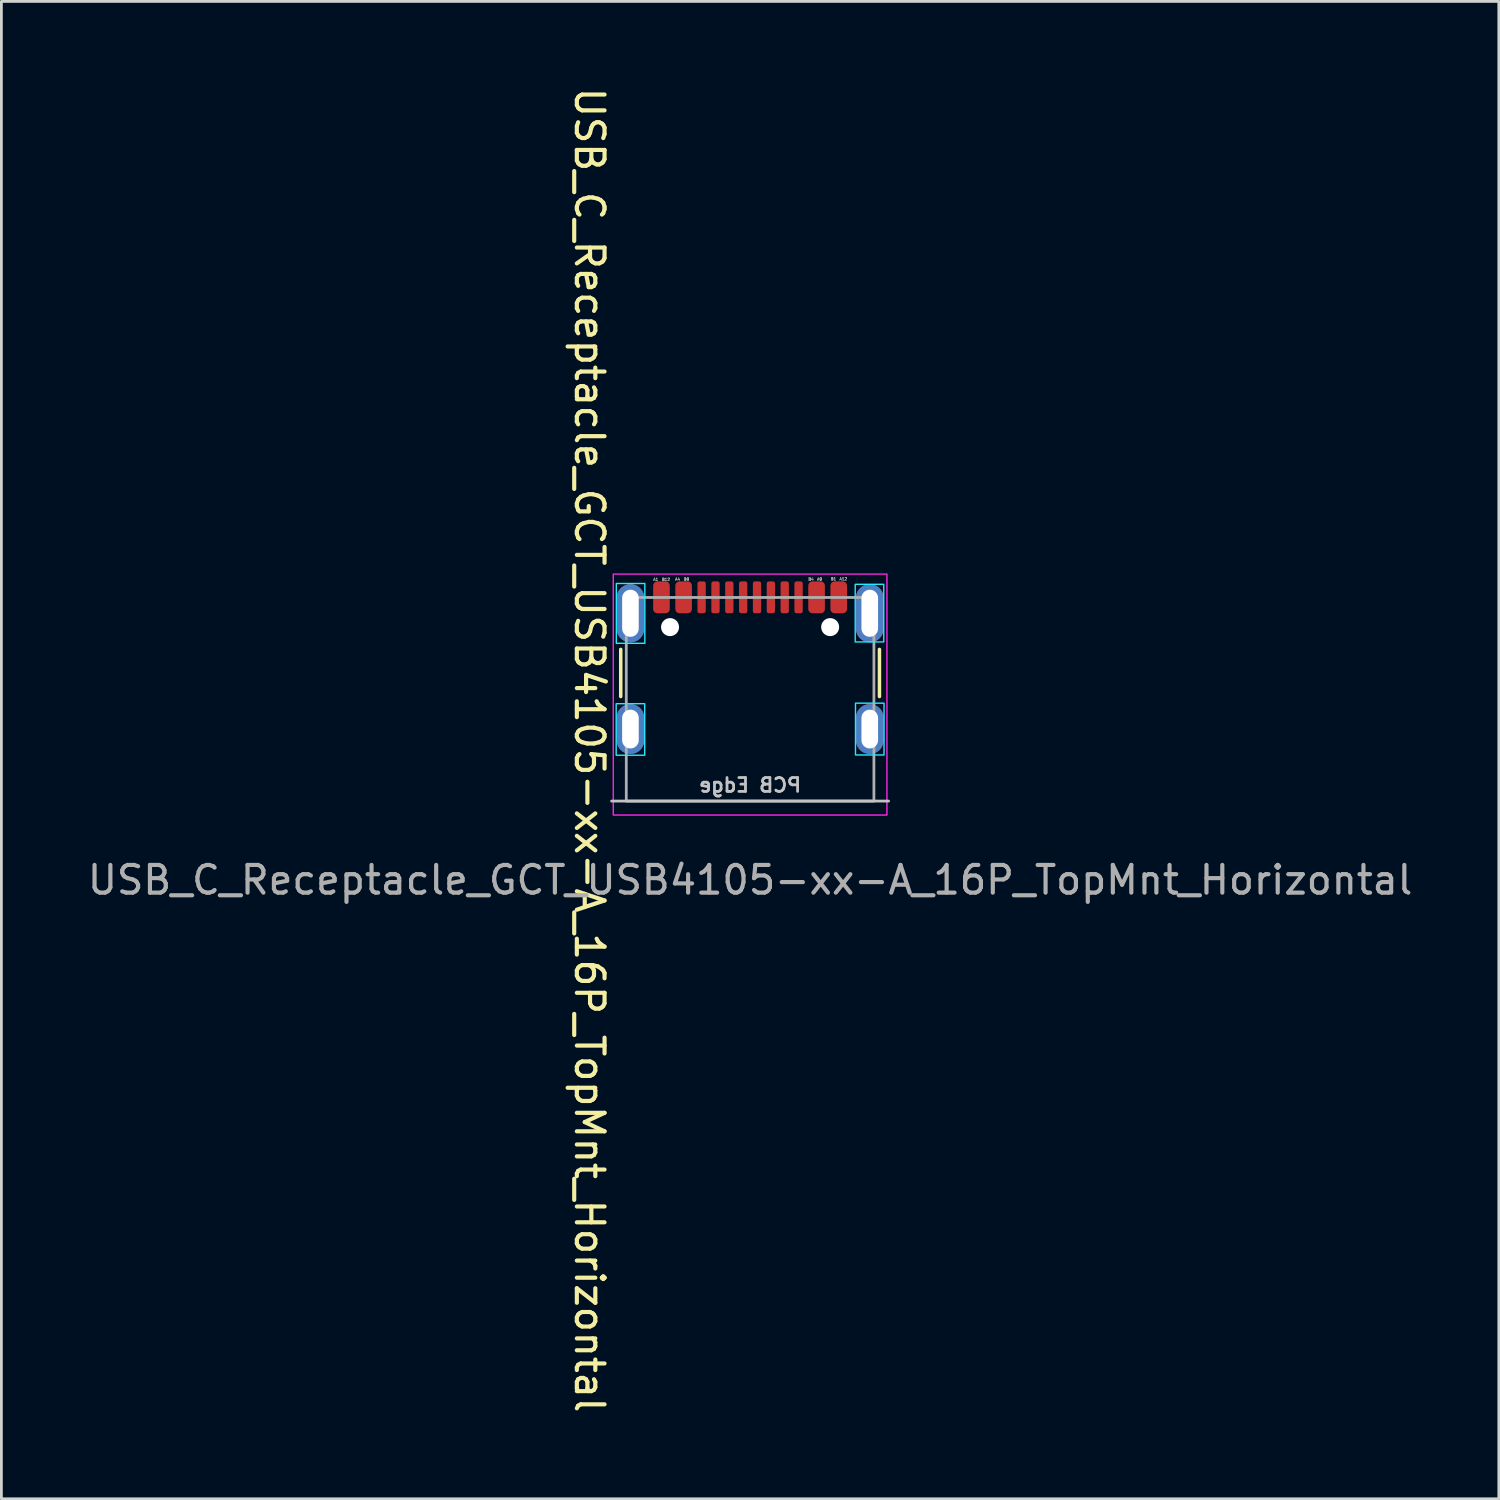
<source format=kicad_pcb>
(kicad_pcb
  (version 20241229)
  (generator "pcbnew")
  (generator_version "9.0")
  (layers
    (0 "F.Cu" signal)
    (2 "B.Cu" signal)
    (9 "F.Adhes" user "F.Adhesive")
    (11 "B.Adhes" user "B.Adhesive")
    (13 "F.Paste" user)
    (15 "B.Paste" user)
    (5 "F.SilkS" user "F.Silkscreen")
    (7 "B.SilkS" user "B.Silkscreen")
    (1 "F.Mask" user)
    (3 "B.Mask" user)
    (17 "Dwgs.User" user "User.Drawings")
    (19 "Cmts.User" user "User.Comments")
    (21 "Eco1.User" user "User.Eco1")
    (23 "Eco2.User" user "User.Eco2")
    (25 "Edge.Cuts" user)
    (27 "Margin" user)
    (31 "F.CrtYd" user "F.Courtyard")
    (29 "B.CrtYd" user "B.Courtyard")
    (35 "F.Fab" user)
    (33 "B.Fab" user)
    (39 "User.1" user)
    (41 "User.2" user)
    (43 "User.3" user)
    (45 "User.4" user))
  (footprint "USB_C_Receptacle_GCT_USB4105-xx-A_16P_TopMnt_Horizontal"
    (layer "F.Cu")
    (at 24.03 22.195)
    (property "Reference" "USB_C_Receptacle_GCT_USB4105-xx-A_16P_TopMnt_Horizontal" (at -5.8 1.835 270) (unlocked yes) (layer "F.SilkS") (effects (font (size 1 1) (thickness 0.15))))
    (fp_line (start -4.67 -1.8) (end -4.67 -0.1) (stroke (width 0.127) (type solid)) (layer "F.SilkS"))
    (fp_line (start 4.67 -1.8) (end 4.67 -0.1) (stroke (width 0.127) (type solid)) (layer "F.SilkS"))
    (fp_line (start -5 3.675) (end 5 3.675) (stroke (width 0.1) (type solid)) (layer "Dwgs.User"))
    (fp_rect (start -4.835 0.16) (end -3.805 2.02) (stroke (width 0.05) (type default)) (fill no) (layer "B.CrtYd"))
    (fp_rect (start -4.83 -4.18) (end -3.8 -2.02) (stroke (width 0.05) (type default)) (fill no) (layer "B.CrtYd"))
    (fp_rect (start 3.795 -4.15) (end 4.825 -2.07) (stroke (width 0.05) (type default)) (fill no) (layer "B.CrtYd"))
    (fp_rect (start 3.805 0.14) (end 4.835 2.01) (stroke (width 0.05) (type default)) (fill no) (layer "B.CrtYd"))
    (fp_rect (start 4.94 4.18) (end -4.94 -4.52) (stroke (width 0.05) (type solid)) (fill no) (layer "F.CrtYd"))
    (fp_rect (start 4.47 3.675) (end -4.47 -3.675) (stroke (width 0.1) (type solid)) (fill no) (layer "F.Fab"))
    (fp_text user "PCB Edge" (at 0 3.1 0) (unlocked yes) (layer "Dwgs.User") (effects (font (size 0.5 0.5) (thickness 0.1)) (justify mirror)))
    (fp_text user "B1" (at 2.896 -4.287 0) (unlocked yes) (layer "F.Fab") (effects (font (size 0.1 0.1) (thickness 0.025)) (justify left bottom)))
    (fp_text user "B9" (at -2.411 -4.273 0) (unlocked yes) (layer "F.Fab") (effects (font (size 0.1 0.1) (thickness 0.025)) (justify left bottom)))
    (fp_text user "A4" (at -2.725 -4.275 0) (unlocked yes) (layer "F.Fab") (effects (font (size 0.1 0.1) (thickness 0.025)) (justify left bottom)))
    (fp_text user "A12" (at 3.21 -4.285 0) (unlocked yes) (layer "F.Fab") (effects (font (size 0.1 0.1) (thickness 0.025)) (justify left bottom)))
    (fp_text user "${REFERENCE}" (at 0 6.526 0) (unlocked yes) (layer "F.Fab") (effects (font (size 1 1) (thickness 0.15))))
    (fp_text user "A9" (at 2.399 -4.273 0) (unlocked yes) (layer "F.Fab") (effects (font (size 0.1 0.1) (thickness 0.025)) (justify left bottom)))
    (fp_text user "A1" (at -3.514 -4.267 0) (unlocked yes) (layer "F.Fab") (effects (font (size 0.1 0.1) (thickness 0.025)) (justify left bottom)))
    (fp_text user "B12" (at -3.2 -4.265 0) (unlocked yes) (layer "F.Fab") (effects (font (size 0.1 0.1) (thickness 0.025)) (justify left bottom)))
    (fp_text user "B4" (at 2.085 -4.275 0) (unlocked yes) (layer "F.Fab") (effects (font (size 0.1 0.1) (thickness 0.025)) (justify left bottom)))
    (pad "" np_thru_hole circle (at -2.89 -2.605) (size 0.65 0.65) (drill 0.65) (layers "*.Cu" "*.Mask"))
    (pad "" np_thru_hole circle (at 2.89 -2.605) (size 0.65 0.65) (drill 0.65) (layers "*.Cu" "*.Mask"))
    (pad "A1B12" smd roundrect (at -3.2 -3.68) (size 0.6 1.15) (layers "F.Cu" "F.Mask" "F.Paste") (roundrect_rratio 0.25))
    (pad "A4B9" smd roundrect (at -2.4 -3.68) (size 0.6 1.15) (layers "F.Cu" "F.Mask" "F.Paste") (roundrect_rratio 0.25))
    (pad "A5" smd roundrect (at -1.25 -3.68) (size 0.3 1.15) (layers "F.Cu" "F.Mask" "F.Paste") (roundrect_rratio 0.25))
    (pad "A6" smd roundrect (at -0.25 -3.68) (size 0.3 1.15) (layers "F.Cu" "F.Mask" "F.Paste") (roundrect_rratio 0.25))
    (pad "A7" smd roundrect (at 0.25 -3.68) (size 0.3 1.15) (layers "F.Cu" "F.Mask" "F.Paste") (roundrect_rratio 0.25))
    (pad "A8" smd roundrect (at 1.25 -3.68) (size 0.3 1.15) (layers "F.Cu" "F.Mask" "F.Paste") (roundrect_rratio 0.25))
    (pad "B1A12" smd roundrect (at 3.2 -3.68) (size 0.6 1.15) (layers "F.Cu" "F.Mask" "F.Paste") (roundrect_rratio 0.25))
    (pad "B4A9" smd roundrect (at 2.4 -3.68) (size 0.6 1.15) (layers "F.Cu" "F.Mask" "F.Paste") (roundrect_rratio 0.25))
    (pad "B5" smd roundrect (at 1.75 -3.68) (size 0.3 1.15) (layers "F.Cu" "F.Mask" "F.Paste") (roundrect_rratio 0.25))
    (pad "B6" smd roundrect (at 0.75 -3.68) (size 0.3 1.15) (layers "F.Cu" "F.Mask" "F.Paste") (roundrect_rratio 0.25))
    (pad "B7" smd roundrect (at -0.75 -3.68) (size 0.3 1.15) (layers "F.Cu" "F.Mask" "F.Paste") (roundrect_rratio 0.25))
    (pad "B8" smd roundrect (at -1.75 -3.68) (size 0.3 1.15) (layers "F.Cu" "F.Mask" "F.Paste") (roundrect_rratio 0.25))
    (pad "S1" thru_hole oval (at -4.32 -3.105) (size 1 2.1) (drill oval 0.6 1.7) (layers "*.Cu" "*.Mask" "F.Paste"))
    (pad "S1" thru_hole oval (at -4.32 1.075) (size 1 1.8) (drill oval 0.6 1.4) (layers "*.Cu" "*.Mask" "F.Paste"))
    (pad "S1" thru_hole oval (at 4.32 -3.105) (size 1 2.1) (drill oval 0.6 1.7) (layers "*.Cu" "*.Mask" "F.Paste"))
    (pad "S1" thru_hole oval (at 4.32 1.075) (size 1 1.8) (drill oval 0.6 1.4) (layers "*.Cu" "*.Mask" "F.Paste")))
  (gr_rect
    (start -3 -3)
    (end 51.06 51.06)
    (stroke (width 0.1) (type default))
    (fill no)
    (layer "Edge.Cuts")))
</source>
